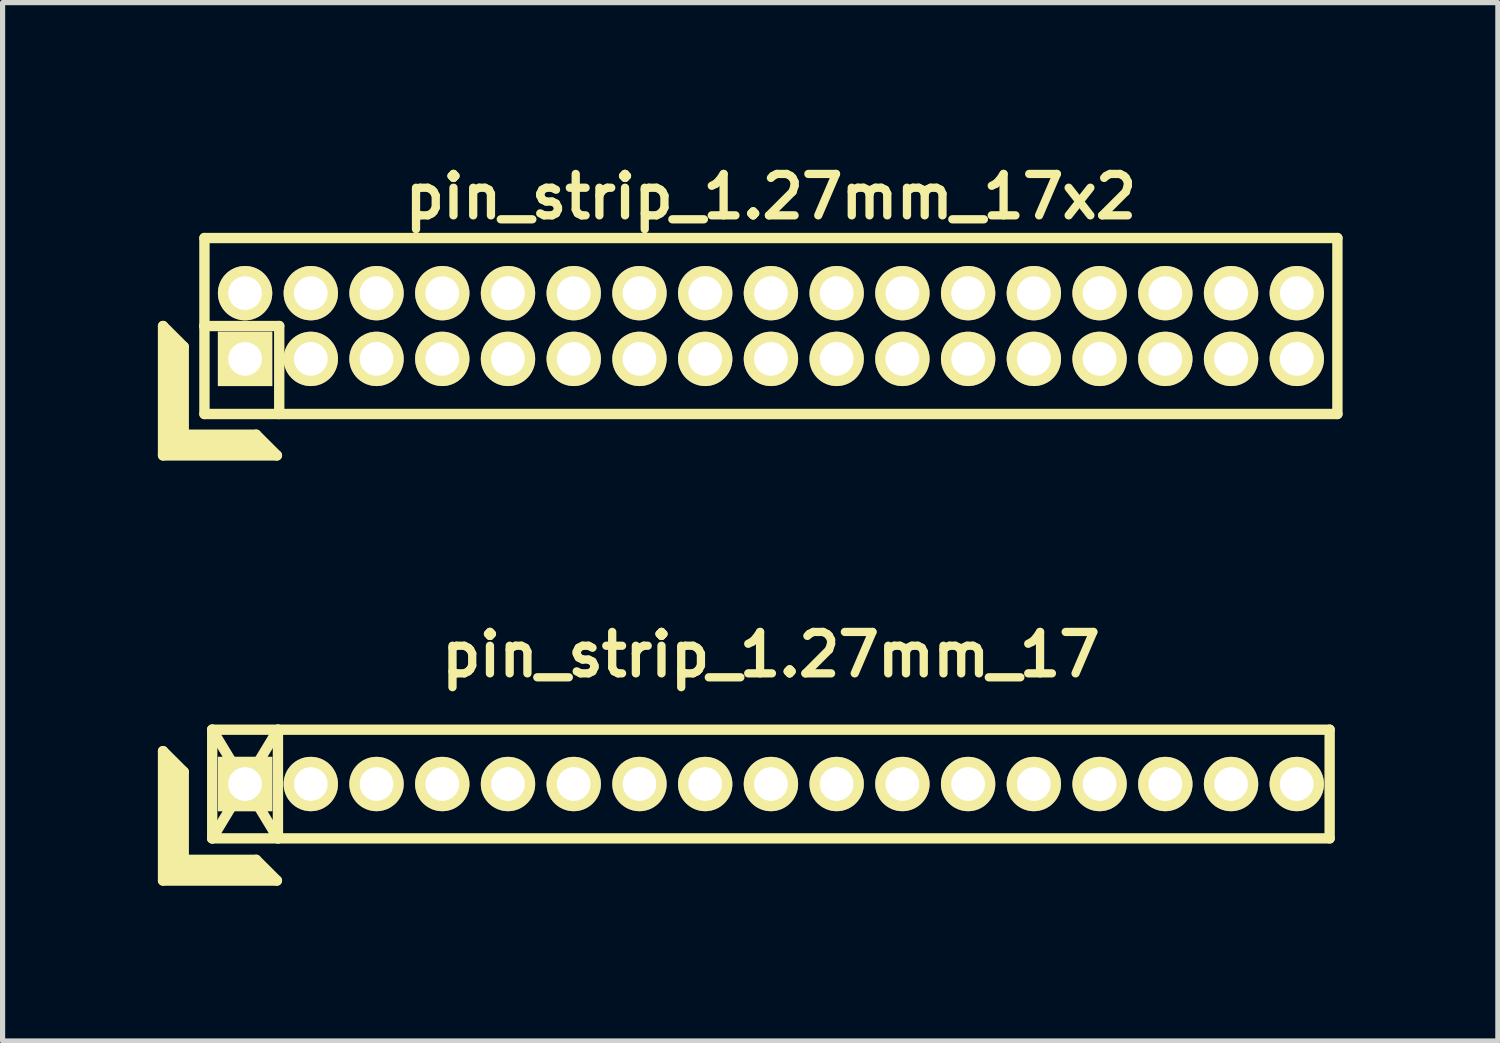
<source format=kicad_pcb>
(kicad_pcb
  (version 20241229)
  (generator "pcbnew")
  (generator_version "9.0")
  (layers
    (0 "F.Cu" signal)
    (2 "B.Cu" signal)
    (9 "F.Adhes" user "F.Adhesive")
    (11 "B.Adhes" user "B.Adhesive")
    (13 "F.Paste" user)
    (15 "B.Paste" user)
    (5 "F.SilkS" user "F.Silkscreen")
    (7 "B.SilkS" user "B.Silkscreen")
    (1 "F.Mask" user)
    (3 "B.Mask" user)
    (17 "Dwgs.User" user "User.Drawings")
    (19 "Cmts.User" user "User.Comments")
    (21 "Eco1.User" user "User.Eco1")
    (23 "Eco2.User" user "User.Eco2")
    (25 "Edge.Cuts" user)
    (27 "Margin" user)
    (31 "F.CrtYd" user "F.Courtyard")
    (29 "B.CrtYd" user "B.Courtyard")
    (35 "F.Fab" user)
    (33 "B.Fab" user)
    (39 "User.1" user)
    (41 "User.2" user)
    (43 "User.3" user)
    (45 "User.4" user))
  (footprint "pin_strip_1.27mm_17"
    (layer "F.Cu")
    (at 11.845 12.098)
    (property "Reference" "pin_strip_1.27mm_17" (at 0 -2.5 0) (layer "F.SilkS") (effects (font (size 0.8 0.8) (thickness 0.16))))
    (attr through_hole)
    (fp_line (start -11.745 -0.635) (end -11.745 1.865) (stroke (width 0.2) (type solid)) (layer "F.SilkS"))
    (fp_line (start -11.745 -0.635) (end -11.345 -0.235) (stroke (width 0.2) (type solid)) (layer "F.SilkS"))
    (fp_line (start -11.745 1.865) (end -9.545 1.865) (stroke (width 0.2) (type solid)) (layer "F.SilkS"))
    (fp_line (start -11.645 1.765) (end -11.645 -0.435) (stroke (width 0.2) (type solid)) (layer "F.SilkS"))
    (fp_line (start -11.645 1.765) (end -9.745 1.765) (stroke (width 0.2) (type solid)) (layer "F.SilkS"))
    (fp_line (start -11.545 1.665) (end -11.545 -0.335) (stroke (width 0.2) (type solid)) (layer "F.SilkS"))
    (fp_line (start -11.545 1.665) (end -9.845 1.665) (stroke (width 0.2) (type solid)) (layer "F.SilkS"))
    (fp_line (start -11.445 1.565) (end -11.445 -0.235) (stroke (width 0.2) (type solid)) (layer "F.SilkS"))
    (fp_line (start -11.445 1.565) (end -9.945 1.565) (stroke (width 0.2) (type solid)) (layer "F.SilkS"))
    (fp_line (start -11.345 1.465) (end -11.345 -0.235) (stroke (width 0.2) (type solid)) (layer "F.SilkS"))
    (fp_line (start -11.345 1.465) (end -9.945 1.465) (stroke (width 0.2) (type solid)) (layer "F.SilkS"))
    (fp_line (start -10.795 -1.05) (end -9.525 1.05) (stroke (width 0.2) (type solid)) (layer "F.SilkS"))
    (fp_line (start -10.795 -1.05) (end 10.795 -1.05) (stroke (width 0.2) (type solid)) (layer "F.SilkS"))
    (fp_line (start -10.795 1.05) (end -10.795 -1.05) (stroke (width 0.2) (type solid)) (layer "F.SilkS"))
    (fp_line (start -10.795 1.05) (end -9.525 -1.05) (stroke (width 0.2) (type solid)) (layer "F.SilkS"))
    (fp_line (start -9.945 1.465) (end -9.545 1.865) (stroke (width 0.2) (type solid)) (layer "F.SilkS"))
    (fp_line (start -9.525 -1.05) (end -9.525 1.05) (stroke (width 0.2) (type solid)) (layer "F.SilkS"))
    (fp_line (start 10.795 -1.05) (end 10.795 1.05) (stroke (width 0.2) (type solid)) (layer "F.SilkS"))
    (fp_line (start 10.795 1.05) (end -10.795 1.05) (stroke (width 0.2) (type solid)) (layer "F.SilkS"))
    (pad "1" thru_hole rect (at -10.16 0) (size 1.05 1.05) (drill 0.65) (layers "*.Cu" "*.Mask" "F.SilkS"))
    (pad "2" thru_hole oval (at -8.89 0) (size 1.05 1.05) (drill 0.65) (layers "*.Cu" "*.Mask" "F.SilkS"))
    (pad "3" thru_hole oval (at -7.62 0) (size 1.05 1.05) (drill 0.65) (layers "*.Cu" "*.Mask" "F.SilkS"))
    (pad "4" thru_hole oval (at -6.35 0) (size 1.05 1.05) (drill 0.65) (layers "*.Cu" "*.Mask" "F.SilkS"))
    (pad "5" thru_hole oval (at -5.08 0) (size 1.05 1.05) (drill 0.65) (layers "*.Cu" "*.Mask" "F.SilkS"))
    (pad "6" thru_hole oval (at -3.81 0) (size 1.05 1.05) (drill 0.65) (layers "*.Cu" "*.Mask" "F.SilkS"))
    (pad "7" thru_hole oval (at -2.54 0) (size 1.05 1.05) (drill 0.65) (layers "*.Cu" "*.Mask" "F.SilkS"))
    (pad "8" thru_hole oval (at -1.27 0) (size 1.05 1.05) (drill 0.65) (layers "*.Cu" "*.Mask" "F.SilkS"))
    (pad "9" thru_hole oval (at 0 0) (size 1.05 1.05) (drill 0.65) (layers "*.Cu" "*.Mask" "F.SilkS"))
    (pad "10" thru_hole oval (at 1.27 0) (size 1.05 1.05) (drill 0.65) (layers "*.Cu" "*.Mask" "F.SilkS"))
    (pad "11" thru_hole oval (at 2.54 0) (size 1.05 1.05) (drill 0.65) (layers "*.Cu" "*.Mask" "F.SilkS"))
    (pad "12" thru_hole oval (at 3.81 0) (size 1.05 1.05) (drill 0.65) (layers "*.Cu" "*.Mask" "F.SilkS"))
    (pad "13" thru_hole oval (at 5.08 0) (size 1.05 1.05) (drill 0.65) (layers "*.Cu" "*.Mask" "F.SilkS"))
    (pad "14" thru_hole oval (at 6.35 0) (size 1.05 1.05) (drill 0.65) (layers "*.Cu" "*.Mask" "F.SilkS"))
    (pad "15" thru_hole oval (at 7.62 0) (size 1.05 1.05) (drill 0.65) (layers "*.Cu" "*.Mask" "F.SilkS"))
    (pad "16" thru_hole oval (at 8.89 0) (size 1.05 1.05) (drill 0.65) (layers "*.Cu" "*.Mask" "F.SilkS"))
    (pad "17" thru_hole oval (at 10.16 0) (size 1.05 1.05) (drill 0.65) (layers "*.Cu" "*.Mask" "F.SilkS")))
  (footprint "pin_strip_1.27mm_17x2"
    (layer "F.Cu")
    (at 11.845 3.249)
    (property "Reference" "pin_strip_1.27mm_17x2" (at 0 -2.5 0) (layer "F.SilkS") (effects (font (size 0.8 0.8) (thickness 0.16))))
    (attr through_hole)
    (fp_line (start -11.745 0) (end -11.745 2.5) (stroke (width 0.2) (type solid)) (layer "F.SilkS"))
    (fp_line (start -11.745 0) (end -11.345 0.4) (stroke (width 0.2) (type solid)) (layer "F.SilkS"))
    (fp_line (start -11.745 2.5) (end -9.545 2.5) (stroke (width 0.2) (type solid)) (layer "F.SilkS"))
    (fp_line (start -11.645 2.4) (end -11.645 0.2) (stroke (width 0.2) (type solid)) (layer "F.SilkS"))
    (fp_line (start -11.645 2.4) (end -9.745 2.4) (stroke (width 0.2) (type solid)) (layer "F.SilkS"))
    (fp_line (start -11.545 2.3) (end -11.545 0.3) (stroke (width 0.2) (type solid)) (layer "F.SilkS"))
    (fp_line (start -11.545 2.3) (end -9.845 2.3) (stroke (width 0.2) (type solid)) (layer "F.SilkS"))
    (fp_line (start -11.445 2.2) (end -11.445 0.4) (stroke (width 0.2) (type solid)) (layer "F.SilkS"))
    (fp_line (start -11.445 2.2) (end -9.945 2.2) (stroke (width 0.2) (type solid)) (layer "F.SilkS"))
    (fp_line (start -11.345 2.1) (end -11.345 0.4) (stroke (width 0.2) (type solid)) (layer "F.SilkS"))
    (fp_line (start -11.345 2.1) (end -9.945 2.1) (stroke (width 0.2) (type solid)) (layer "F.SilkS"))
    (fp_line (start -10.95 0) (end -9.5 0) (stroke (width 0.2) (type solid)) (layer "F.SilkS"))
    (fp_line (start -10.945 -1.7) (end 10.945 -1.7) (stroke (width 0.2) (type solid)) (layer "F.SilkS"))
    (fp_line (start -10.945 1.7) (end -10.945 -1.7) (stroke (width 0.2) (type solid)) (layer "F.SilkS"))
    (fp_line (start -9.945 2.1) (end -9.545 2.5) (stroke (width 0.2) (type solid)) (layer "F.SilkS"))
    (fp_line (start -9.5 0) (end -9.5 1.7) (stroke (width 0.2) (type solid)) (layer "F.SilkS"))
    (fp_line (start 10.945 -1.7) (end 10.945 1.7) (stroke (width 0.2) (type solid)) (layer "F.SilkS"))
    (fp_line (start 10.945 1.7) (end -10.945 1.7) (stroke (width 0.2) (type solid)) (layer "F.SilkS"))
    (pad "1" thru_hole rect (at -10.16 0.635) (size 1.05 1.05) (drill 0.65) (layers "*.Cu" "*.Mask" "F.SilkS"))
    (pad "2" thru_hole oval (at -10.16 -0.635) (size 1.05 1.05) (drill 0.65) (layers "*.Cu" "*.Mask" "F.SilkS"))
    (pad "3" thru_hole oval (at -8.89 0.635) (size 1.05 1.05) (drill 0.65) (layers "*.Cu" "*.Mask" "F.SilkS"))
    (pad "4" thru_hole oval (at -8.89 -0.635) (size 1.05 1.05) (drill 0.65) (layers "*.Cu" "*.Mask" "F.SilkS"))
    (pad "5" thru_hole oval (at -7.62 0.635) (size 1.05 1.05) (drill 0.65) (layers "*.Cu" "*.Mask" "F.SilkS"))
    (pad "6" thru_hole oval (at -7.62 -0.635) (size 1.05 1.05) (drill 0.65) (layers "*.Cu" "*.Mask" "F.SilkS"))
    (pad "7" thru_hole oval (at -6.35 0.635) (size 1.05 1.05) (drill 0.65) (layers "*.Cu" "*.Mask" "F.SilkS"))
    (pad "8" thru_hole oval (at -6.35 -0.635) (size 1.05 1.05) (drill 0.65) (layers "*.Cu" "*.Mask" "F.SilkS"))
    (pad "9" thru_hole oval (at -5.08 0.635) (size 1.05 1.05) (drill 0.65) (layers "*.Cu" "*.Mask" "F.SilkS"))
    (pad "10" thru_hole oval (at -5.08 -0.635) (size 1.05 1.05) (drill 0.65) (layers "*.Cu" "*.Mask" "F.SilkS"))
    (pad "11" thru_hole oval (at -3.81 0.635) (size 1.05 1.05) (drill 0.65) (layers "*.Cu" "*.Mask" "F.SilkS"))
    (pad "12" thru_hole oval (at -3.81 -0.635) (size 1.05 1.05) (drill 0.65) (layers "*.Cu" "*.Mask" "F.SilkS"))
    (pad "13" thru_hole oval (at -2.54 0.635) (size 1.05 1.05) (drill 0.65) (layers "*.Cu" "*.Mask" "F.SilkS"))
    (pad "14" thru_hole oval (at -2.54 -0.635) (size 1.05 1.05) (drill 0.65) (layers "*.Cu" "*.Mask" "F.SilkS"))
    (pad "15" thru_hole oval (at -1.27 0.635) (size 1.05 1.05) (drill 0.65) (layers "*.Cu" "*.Mask" "F.SilkS"))
    (pad "16" thru_hole oval (at -1.27 -0.635) (size 1.05 1.05) (drill 0.65) (layers "*.Cu" "*.Mask" "F.SilkS"))
    (pad "17" thru_hole oval (at 0 0.635) (size 1.05 1.05) (drill 0.65) (layers "*.Cu" "*.Mask" "F.SilkS"))
    (pad "18" thru_hole oval (at 0 -0.635) (size 1.05 1.05) (drill 0.65) (layers "*.Cu" "*.Mask" "F.SilkS"))
    (pad "19" thru_hole oval (at 1.27 0.635) (size 1.05 1.05) (drill 0.65) (layers "*.Cu" "*.Mask" "F.SilkS"))
    (pad "20" thru_hole oval (at 1.27 -0.635) (size 1.05 1.05) (drill 0.65) (layers "*.Cu" "*.Mask" "F.SilkS"))
    (pad "21" thru_hole oval (at 2.54 0.635) (size 1.05 1.05) (drill 0.65) (layers "*.Cu" "*.Mask" "F.SilkS"))
    (pad "22" thru_hole oval (at 2.54 -0.635) (size 1.05 1.05) (drill 0.65) (layers "*.Cu" "*.Mask" "F.SilkS"))
    (pad "23" thru_hole oval (at 3.81 0.635) (size 1.05 1.05) (drill 0.65) (layers "*.Cu" "*.Mask" "F.SilkS"))
    (pad "24" thru_hole oval (at 3.81 -0.635) (size 1.05 1.05) (drill 0.65) (layers "*.Cu" "*.Mask" "F.SilkS"))
    (pad "25" thru_hole oval (at 5.08 0.635) (size 1.05 1.05) (drill 0.65) (layers "*.Cu" "*.Mask" "F.SilkS"))
    (pad "26" thru_hole oval (at 5.08 -0.635) (size 1.05 1.05) (drill 0.65) (layers "*.Cu" "*.Mask" "F.SilkS"))
    (pad "27" thru_hole oval (at 6.35 0.635) (size 1.05 1.05) (drill 0.65) (layers "*.Cu" "*.Mask" "F.SilkS"))
    (pad "28" thru_hole oval (at 6.35 -0.635) (size 1.05 1.05) (drill 0.65) (layers "*.Cu" "*.Mask" "F.SilkS"))
    (pad "29" thru_hole oval (at 7.62 0.635) (size 1.05 1.05) (drill 0.65) (layers "*.Cu" "*.Mask" "F.SilkS"))
    (pad "30" thru_hole oval (at 7.62 -0.635) (size 1.05 1.05) (drill 0.65) (layers "*.Cu" "*.Mask" "F.SilkS"))
    (pad "31" thru_hole oval (at 8.89 0.635) (size 1.05 1.05) (drill 0.65) (layers "*.Cu" "*.Mask" "F.SilkS"))
    (pad "32" thru_hole oval (at 8.89 -0.635) (size 1.05 1.05) (drill 0.65) (layers "*.Cu" "*.Mask" "F.SilkS"))
    (pad "33" thru_hole oval (at 10.16 0.635) (size 1.05 1.05) (drill 0.65) (layers "*.Cu" "*.Mask" "F.SilkS"))
    (pad "34" thru_hole oval (at 10.16 -0.635) (size 1.05 1.05) (drill 0.65) (layers "*.Cu" "*.Mask" "F.SilkS")))
  (gr_rect
    (start -3 -3)
    (end 25.89 17.063)
    (stroke (width 0.1) (type default))
    (fill no)
    (layer "Edge.Cuts")))
</source>
